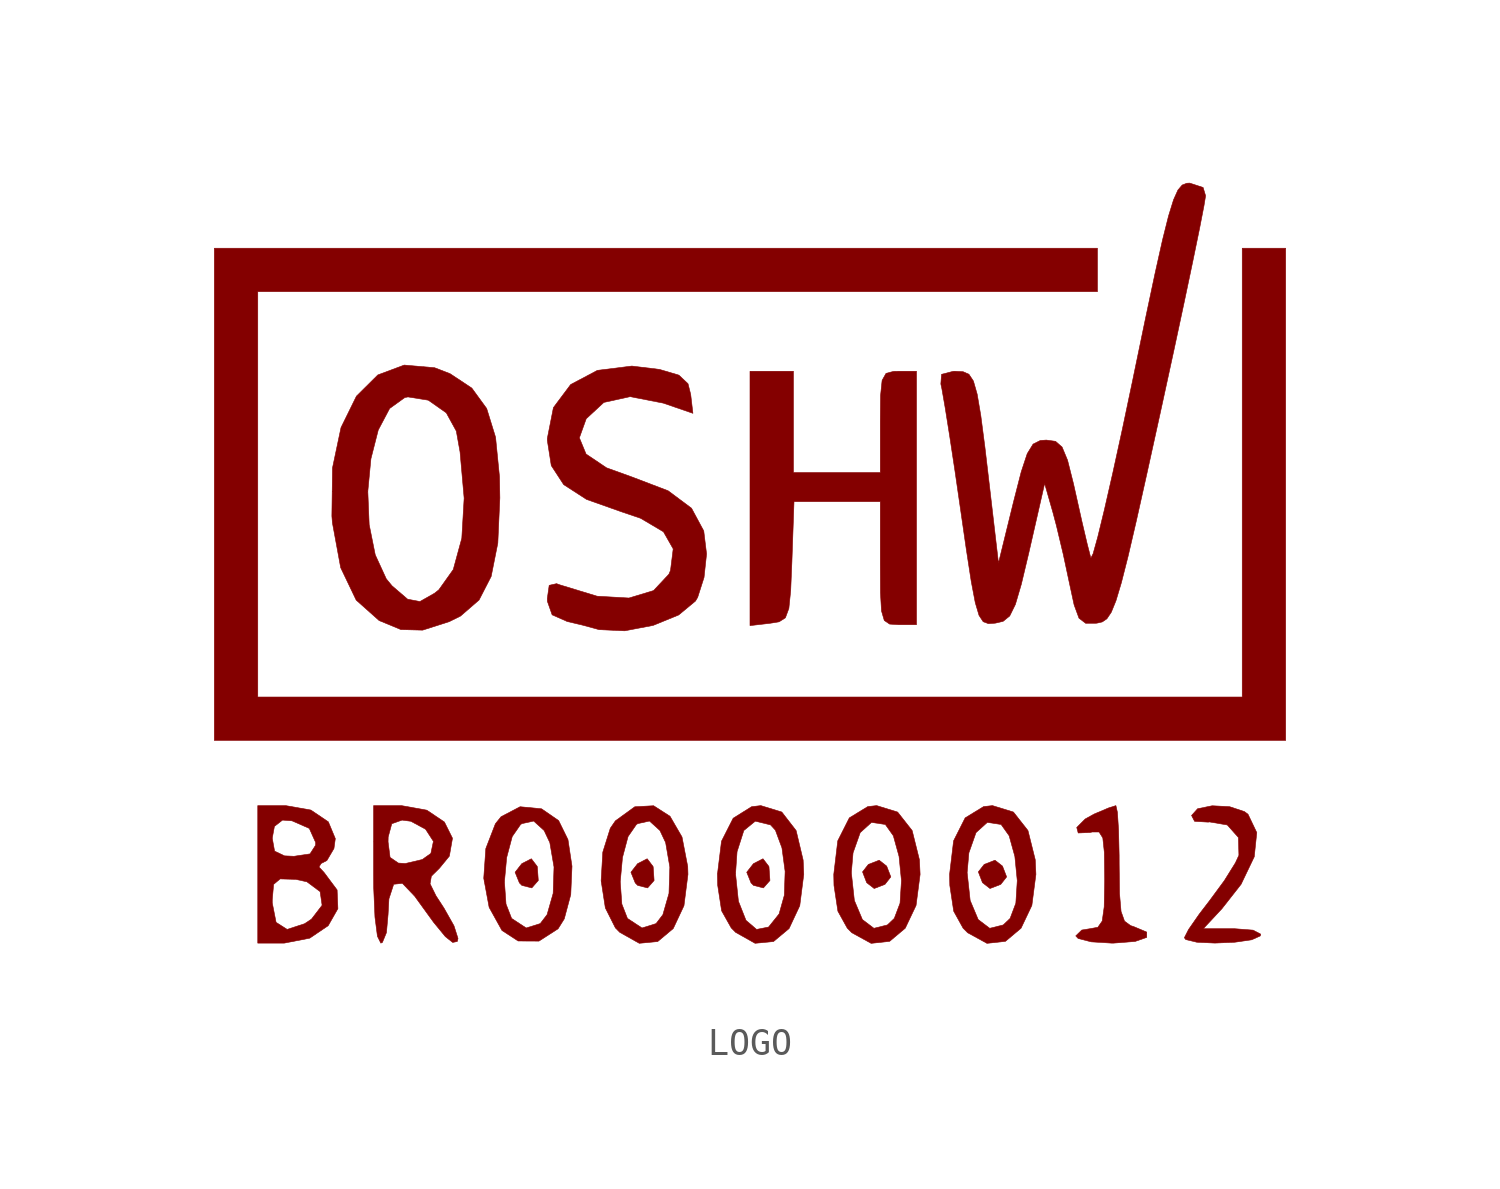
<source format=kicad_sym>
(kicad_symbol_lib
  (version 20220914)
  (generator bitmap2component)
  (symbol "LOGO"
    (pin_names
      (offset 1.016))
    (property "Reference" "#G"
      (at 0 13.416 0)
      (effects (font (size 1.27 1.27)) hide))
    (symbol "LOGO_0_0"
      (polyline (pts (xy -17.391 -14.321) (xy -16.436 -14.136) (xy -15.746 -13.67) (xy -15.384 -13.034) (xy -15.413 -12.336) (xy -15.897 -11.687) (xy -16.09 -11.48) (xy -16.012 -11.349) (xy -15.795 -11.237) (xy -15.531 -10.789) (xy -15.48 -10.419) (xy -15.741 -9.792) (xy -16.392 -9.353) (xy -17.335 -9.187) (xy -18.375 -9.187) (xy -18.375 -10.403) (xy -17.834 -10.403) (xy -17.753 -9.963) (xy -17.451 -9.728) (xy -17.096 -9.755) (xy -16.451 -10.038) (xy -16.213 -10.567) (xy -16.218 -10.668) (xy -16.424 -10.989) (xy -17.023 -11.079) (xy -17.376 -11.063) (xy -17.747 -10.886) (xy -17.834 -10.403) (xy -18.375 -10.403) (xy -18.375 -11.754) (xy -18.375 -12.818) (xy -17.834 -12.818) (xy -17.834 -12.7) (xy -17.783 -12.127) (xy -17.541 -11.923) (xy -16.958 -11.94) (xy -16.541 -12.031) (xy -16.047 -12.399) (xy -15.973 -12.908) (xy -16.37 -13.425) (xy -16.627 -13.596) (xy -17.28 -13.808) (xy -17.691 -13.545) (xy -17.834 -12.818) (xy -18.375 -12.818) (xy -18.375 -14.321) (xy -17.416 -14.321) (xy -17.391 -14.321)) (stroke (width 0.01) (type default)) (fill (type outline)))
      (polyline (pts (xy -13.723 -14.296) (xy -13.571 -13.927) (xy -13.511 -13.256) (xy -13.479 -12.668) (xy -13.301 -12.123) (xy -12.976 -12.089) (xy -12.514 -12.572) (xy -12.475 -12.627) (xy -11.809 -13.546) (xy -11.371 -14.079) (xy -11.098 -14.295) (xy -10.927 -14.259) (xy -10.9 -14.146) (xy -11.051 -13.673) (xy -11.422 -13.016) (xy -11.722 -12.554) (xy -11.943 -12.106) (xy -11.895 -11.822) (xy -11.596 -11.527) (xy -11.223 -11.073) (xy -11.106 -10.405) (xy -11.408 -9.799) (xy -12.064 -9.358) (xy -13.012 -9.187) (xy -14.051 -9.187) (xy -14.051 -10.538) (xy -13.511 -10.538) (xy -13.507 -10.361) (xy -13.373 -9.864) (xy -12.989 -9.728) (xy -12.659 -9.772) (xy -12.11 -10.07) (xy -11.818 -10.521) (xy -11.913 -10.972) (xy -12.234 -11.2) (xy -12.868 -11.349) (xy -13.127 -11.332) (xy -13.436 -11.12) (xy -13.511 -10.538) (xy -14.051 -10.538) (xy -14.051 -11.754) (xy -14.047 -12.266) (xy -14 -13.352) (xy -13.908 -14.065) (xy -13.781 -14.321) (xy -13.723 -14.296)) (stroke (width 0.01) (type default)) (fill (type outline)))
      (polyline (pts (xy -7.165 -13.786) (xy -6.933 -13.414) (xy -6.691 -12.509) (xy -6.645 -11.45) (xy -6.795 -10.456) (xy -7.144 -9.746) (xy -7.782 -9.306) (xy -8.582 -9.229) (xy -9.292 -9.601) (xy -9.504 -9.865) (xy -9.862 -10.791) (xy -9.939 -11.899) (xy -9.915 -12.031) (xy -9.167 -12.031) (xy -9.083 -11.123) (xy -8.876 -10.342) (xy -8.563 -9.891) (xy -8.509 -9.859) (xy -8.076 -9.763) (xy -7.685 -10.117) (xy -7.472 -10.569) (xy -7.316 -11.48) (xy -7.348 -12.463) (xy -7.575 -13.258) (xy -7.83 -13.591) (xy -8.355 -13.755) (xy -8.899 -13.398) (xy -9.108 -12.862) (xy -9.167 -12.031) (xy -9.915 -12.031) (xy -9.738 -12.985) (xy -9.259 -13.848) (xy -8.656 -14.241) (xy -7.878 -14.245) (xy -7.165 -13.786)) (stroke (width 0.01) (type default)) (fill (type outline)))
      (polyline (pts (xy -3.446 -14.262) (xy -2.866 -13.777) (xy -2.465 -12.923) (xy -2.316 -11.754) (xy -2.325 -11.46) (xy -2.538 -10.359) (xy -2.986 -9.585) (xy -3.598 -9.192) (xy -4.301 -9.231) (xy -5.025 -9.756) (xy -5.215 -10.033) (xy -5.495 -10.924) (xy -5.557 -11.989) (xy -5.551 -12.031) (xy -4.844 -12.031) (xy -4.76 -11.123) (xy -4.552 -10.342) (xy -4.24 -9.891) (xy -4.186 -9.859) (xy -3.752 -9.763) (xy -3.362 -10.117) (xy -3.149 -10.569) (xy -2.993 -11.48) (xy -3.024 -12.463) (xy -3.252 -13.258) (xy -3.506 -13.591) (xy -4.032 -13.755) (xy -4.575 -13.398) (xy -4.784 -12.862) (xy -4.844 -12.031) (xy -5.551 -12.031) (xy -5.4 -13.007) (xy -5.025 -13.752) (xy -4.86 -13.919) (xy -4.134 -14.327) (xy -3.446 -14.262)) (stroke (width 0.01) (type default)) (fill (type outline)))
      (polyline (pts (xy 0.877 -14.262) (xy 1.458 -13.777) (xy 1.858 -12.923) (xy 2.007 -11.754) (xy 1.984 -11.222) (xy 1.722 -10.119) (xy 1.187 -9.427) (xy 0.405 -9.187) (xy 0.06 -9.228) (xy -0.628 -9.658) (xy -1.064 -10.517) (xy -1.213 -11.733) (xy -0.54 -11.733) (xy -0.483 -10.907) (xy -0.23 -10.116) (xy 0.197 -9.768) (xy 0.766 -9.906) (xy 0.948 -10.104) (xy 1.193 -10.766) (xy 1.311 -11.644) (xy 1.282 -12.533) (xy 1.086 -13.231) (xy 0.693 -13.721) (xy 0.246 -13.809) (xy -0.15 -13.47) (xy -0.432 -12.758) (xy -0.54 -11.733) (xy -1.213 -11.733) (xy -1.216 -11.754) (xy -1.207 -12.155) (xy -1.06 -13.114) (xy -0.701 -13.752) (xy -0.536 -13.919) (xy 0.189 -14.327) (xy 0.877 -14.262)) (stroke (width 0.01) (type default)) (fill (type outline)))
      (polyline (pts (xy 5.212 -14.254) (xy 5.795 -13.764) (xy 6.199 -12.913) (xy 6.35 -11.754) (xy 6.324 -11.208) (xy 6.053 -10.118) (xy 5.51 -9.428) (xy 4.729 -9.187) (xy 4.396 -9.224) (xy 3.708 -9.645) (xy 3.276 -10.502) (xy 3.135 -11.689) (xy 3.783 -11.689) (xy 3.847 -10.949) (xy 4.114 -10.195) (xy 4.535 -9.814) (xy 5.051 -9.891) (xy 5.351 -10.313) (xy 5.564 -11.084) (xy 5.654 -11.991) (xy 5.601 -12.83) (xy 5.386 -13.398) (xy 5.129 -13.642) (xy 4.626 -13.767) (xy 4.196 -13.442) (xy 3.896 -12.729) (xy 3.783 -11.689) (xy 3.135 -11.689) (xy 3.127 -11.754) (xy 3.135 -12.165) (xy 3.281 -13.129) (xy 3.632 -13.763) (xy 3.801 -13.933) (xy 4.522 -14.329) (xy 5.212 -14.254)) (stroke (width 0.01) (type default)) (fill (type outline)))
      (polyline (pts (xy 9.535 -14.254) (xy 10.118 -13.764) (xy 10.522 -12.913) (xy 10.673 -11.754) (xy 10.648 -11.208) (xy 10.376 -10.118) (xy 9.834 -9.428) (xy 9.052 -9.187) (xy 8.72 -9.224) (xy 8.032 -9.645) (xy 7.6 -10.502) (xy 7.458 -11.689) (xy 8.106 -11.689) (xy 8.171 -10.949) (xy 8.437 -10.195) (xy 8.858 -9.814) (xy 9.374 -9.891) (xy 9.674 -10.313) (xy 9.887 -11.084) (xy 9.977 -11.991) (xy 9.924 -12.83) (xy 9.71 -13.398) (xy 9.453 -13.642) (xy 8.949 -13.767) (xy 8.519 -13.442) (xy 8.219 -12.729) (xy 8.106 -11.689) (xy 7.458 -11.689) (xy 7.45 -11.754) (xy 7.459 -12.165) (xy 7.604 -13.129) (xy 7.955 -13.763) (xy 8.124 -13.933) (xy 8.846 -14.329) (xy 9.535 -14.254)) (stroke (width 0.01) (type default)) (fill (type outline)))
      (polyline (pts (xy 13.56 -14.321) (xy 14.376 -14.258) (xy 14.809 -14.107) (xy 14.809 -13.908) (xy 14.321 -13.703) (xy 14.208 -13.667) (xy 13.981 -13.5) (xy 13.852 -13.14) (xy 13.794 -12.469) (xy 13.781 -11.374) (xy 13.78 -11.047) (xy 13.758 -10.098) (xy 13.715 -9.436) (xy 13.659 -9.187) (xy 13.39 -9.272) (xy 12.848 -9.501) (xy 12.512 -9.687) (xy 12.197 -10.003) (xy 12.252 -10.209) (xy 12.7 -10.19) (xy 12.777 -10.171) (xy 13.031 -10.173) (xy 13.17 -10.393) (xy 13.228 -10.937) (xy 13.24 -11.915) (xy 13.24 -12.024) (xy 13.222 -12.967) (xy 13.148 -13.497) (xy 12.986 -13.729) (xy 12.7 -13.781) (xy 12.386 -13.832) (xy 12.16 -14.051) (xy 12.251 -14.148) (xy 12.74 -14.273) (xy 13.511 -14.321) (xy 13.56 -14.321)) (stroke (width 0.01) (type default)) (fill (type outline)))
      (polyline (pts (xy 18.099 -14.287) (xy 18.728 -14.196) (xy 19.05 -14.051) (xy 19.064 -13.985) (xy 18.78 -13.836) (xy 18.07 -13.781) (xy 16.922 -13.781) (xy 17.615 -13.038) (xy 18.332 -12.124) (xy 18.824 -11.096) (xy 18.918 -10.195) (xy 18.591 -9.511) (xy 18.457 -9.41) (xy 17.904 -9.227) (xy 17.253 -9.193) (xy 16.71 -9.303) (xy 16.483 -9.555) (xy 16.596 -9.774) (xy 17.107 -9.804) (xy 17.15 -9.796) (xy 17.817 -9.91) (xy 18.232 -10.377) (xy 18.251 -11.041) (xy 18.121 -11.323) (xy 17.707 -11.987) (xy 17.151 -12.742) (xy 16.774 -13.233) (xy 16.372 -13.811) (xy 16.215 -14.119) (xy 16.266 -14.187) (xy 16.679 -14.287) (xy 17.354 -14.319) (xy 18.099 -14.287)) (stroke (width 0.01) (type default)) (fill (type outline)))
      (polyline (pts (xy 19.996 2.432) (xy 19.996 11.619) (xy 19.185 11.619) (xy 18.375 11.619) (xy 18.375 3.243) (xy 18.375 -5.134) (xy 0 -5.134) (xy -18.375 -5.134) (xy -18.375 2.432) (xy -18.375 9.998) (xy -2.702 9.998) (xy 12.97 9.998) (xy 12.97 10.809) (xy 12.97 11.619) (xy -3.513 11.619) (xy -19.996 11.619) (xy -19.996 2.432) (xy -19.996 -6.755) (xy 0 -6.755) (xy 19.996 -6.755) (xy 19.996 2.432)) (stroke (width 0.01) (type default)) (fill (type outline)))
      (polyline (pts (xy -11.223 -2.318) (xy -10.807 -2.112) (xy -10.115 -1.513) (xy -9.662 -0.632) (xy -9.414 0.611) (xy -9.338 2.297) (xy -9.352 3.092) (xy -9.498 4.564) (xy -9.83 5.637) (xy -10.385 6.399) (xy -11.196 6.936) (xy -11.774 7.159) (xy -12.908 7.258) (xy -13.893 6.89) (xy -14.691 6.098) (xy -15.267 4.926) (xy -15.585 3.419) (xy -15.596 2.54) (xy -14.267 2.54) (xy -14.151 3.759) (xy -13.877 4.834) (xy -13.452 5.638) (xy -12.887 6.045) (xy -12.767 6.069) (xy -12.01 5.947) (xy -11.337 5.474) (xy -10.963 4.793) (xy -10.824 4.016) (xy -10.671 2.287) (xy -10.758 0.794) (xy -11.077 -0.375) (xy -11.617 -1.133) (xy -11.779 -1.261) (xy -12.321 -1.569) (xy -12.781 -1.482) (xy -13.364 -0.982) (xy -13.578 -0.722) (xy -13.989 0.173) (xy -14.216 1.302) (xy -14.267 2.54) (xy -15.596 2.54) (xy -15.608 1.619) (xy -15.588 1.368) (xy -15.28 -0.305) (xy -14.7 -1.517) (xy -13.845 -2.279) (xy -13.034 -2.615) (xy -12.22 -2.637) (xy -11.223 -2.318)) (stroke (width 0.01) (type default)) (fill (type outline)))
      (polyline (pts (xy -3.615 -2.46) (xy -2.663 -2.071) (xy -2.035 -1.551) (xy -1.953 -1.411) (xy -1.716 -0.671) (xy -1.621 0.207) (xy -1.726 1.066) (xy -2.183 1.914) (xy -3.057 2.566) (xy -4.408 3.081) (xy -5.354 3.422) (xy -6.12 3.937) (xy -6.37 4.542) (xy -6.114 5.254) (xy -5.455 5.864) (xy -4.477 6.079) (xy -3.238 5.838) (xy -2.131 5.457) (xy -2.214 6.163) (xy -2.314 6.561) (xy -2.654 6.882) (xy -3.378 7.096) (xy -4.41 7.221) (xy -5.698 7.06) (xy -6.695 6.531) (xy -7.338 5.671) (xy -7.566 4.519) (xy -7.566 4.447) (xy -7.418 3.505) (xy -6.955 2.795) (xy -6.102 2.243) (xy -4.783 1.776) (xy -4.084 1.539) (xy -3.23 1.034) (xy -2.867 0.397) (xy -2.967 -0.405) (xy -3.027 -0.548) (xy -3.6 -1.16) (xy -4.518 -1.438) (xy -5.708 -1.37) (xy -7.093 -0.948) (xy -7.221 -0.902) (xy -7.496 -0.964) (xy -7.566 -1.452) (xy -7.564 -1.56) (xy -7.386 -2.066) (xy -6.823 -2.315) (xy -6.258 -2.448) (xy -5.81 -2.569) (xy -5.634 -2.618) (xy -4.676 -2.662) (xy -3.615 -2.46)) (stroke (width 0.01) (type default)) (fill (type outline)))
      (polyline (pts (xy 0.743 -2.382) (xy 1.087 -2.326) (xy 1.321 -2.177) (xy 1.451 -1.826) (xy 1.519 -1.161) (xy 1.565 -0.068) (xy 1.643 2.162) (xy 3.253 2.162) (xy 4.864 2.162) (xy 4.864 -0.135) (xy 4.87 -1.238) (xy 4.909 -1.921) (xy 5.013 -2.276) (xy 5.212 -2.411) (xy 5.539 -2.432) (xy 6.215 -2.432) (xy 6.215 2.297) (xy 6.215 7.026) (xy 5.539 7.026) (xy 5.359 7.022) (xy 5.079 6.949) (xy 4.932 6.688) (xy 4.874 6.122) (xy 4.864 5.134) (xy 4.864 3.243) (xy 3.243 3.243) (xy 1.621 3.243) (xy 1.621 5.134) (xy 1.621 7.026) (xy 0.811 7.026) (xy 0 7.026) (xy 0 2.279) (xy 0 -2.468) (xy 0.743 -2.382)) (stroke (width 0.01) (type default)) (fill (type outline)))
      (polyline (pts (xy 9.152 -2.377) (xy 9.447 -2.309) (xy 9.695 -2.108) (xy 9.907 -1.677) (xy 10.13 -0.918) (xy 10.413 0.27) (xy 10.999 2.837) (xy 11.308 1.756) (xy 11.439 1.263) (xy 11.693 0.198) (xy 11.926 -0.892) (xy 12.099 -1.694) (xy 12.282 -2.192) (xy 12.53 -2.381) (xy 12.923 -2.379) (xy 12.955 -2.375) (xy 13.151 -2.33) (xy 13.322 -2.213) (xy 13.487 -1.968) (xy 13.662 -1.537) (xy 13.864 -0.863) (xy 14.112 0.112) (xy 14.422 1.443) (xy 14.812 3.188) (xy 15.3 5.404) (xy 15.404 5.88) (xy 15.829 7.833) (xy 16.21 9.612) (xy 16.533 11.147) (xy 16.784 12.367) (xy 16.946 13.201) (xy 17.007 13.578) (xy 16.914 13.888) (xy 16.414 14.051) (xy 16.306 14.045) (xy 16.134 13.979) (xy 15.975 13.793) (xy 15.811 13.428) (xy 15.625 12.827) (xy 15.4 11.93) (xy 15.12 10.678) (xy 14.767 9.014) (xy 14.324 6.879) (xy 14.293 6.728) (xy 13.903 4.876) (xy 13.544 3.235) (xy 13.232 1.869) (xy 12.982 0.841) (xy 12.808 0.216) (xy 12.725 0.056) (xy 12.714 0.091) (xy 12.588 0.579) (xy 12.392 1.413) (xy 12.164 2.432) (xy 12.075 2.831) (xy 11.854 3.707) (xy 11.65 4.197) (xy 11.406 4.411) (xy 11.061 4.458) (xy 10.836 4.442) (xy 10.568 4.308) (xy 10.349 3.951) (xy 10.124 3.27) (xy 9.84 2.162) (xy 9.276 -0.135) (xy 8.945 2.702) (xy 8.771 4.181) (xy 8.616 5.372) (xy 8.48 6.173) (xy 8.34 6.662) (xy 8.172 6.915) (xy 7.953 7.011) (xy 7.661 7.026) (xy 7.588 7.025) (xy 7.151 6.913) (xy 7.124 6.553) (xy 7.164 6.366) (xy 7.283 5.681) (xy 7.451 4.625) (xy 7.652 3.3) (xy 7.868 1.811) (xy 8.077 0.361) (xy 8.259 -0.821) (xy 8.409 -1.611) (xy 8.55 -2.087) (xy 8.705 -2.322) (xy 8.898 -2.394) (xy 9.152 -2.377)) (stroke (width 0.01) (type default)) (fill (type outline)))
      (polyline (pts (xy -7.903 -11.983) (xy -7.939 -11.472) (xy -7.945 -11.455) (xy -8.162 -11.171) (xy -8.518 -11.354) (xy -8.769 -11.675) (xy -8.608 -12.072) (xy -8.515 -12.166) (xy -8.145 -12.259) (xy -7.903 -11.983)) (stroke (width 0.01) (type default)) (fill (type outline)))
      (polyline (pts (xy -3.58 -11.983) (xy -3.615 -11.472) (xy -3.622 -11.455) (xy -3.838 -11.171) (xy -4.195 -11.354) (xy -4.445 -11.675) (xy -4.284 -12.072) (xy -4.192 -12.166) (xy -3.822 -12.259) (xy -3.58 -11.983)) (stroke (width 0.01) (type default)) (fill (type outline)))
      (polyline (pts (xy 0.744 -11.983) (xy 0.708 -11.472) (xy 0.702 -11.455) (xy 0.485 -11.171) (xy 0.129 -11.354) (xy -0.122 -11.675) (xy 0.039 -12.072) (xy 0.132 -12.166) (xy 0.501 -12.259) (xy 0.744 -11.983)) (stroke (width 0.01) (type default)) (fill (type outline)))
      (polyline (pts (xy 5.038 -12.127) (xy 5.257 -11.848) (xy 5.101 -11.445) (xy 4.822 -11.226) (xy 4.419 -11.382) (xy 4.201 -11.661) (xy 4.356 -12.064) (xy 4.636 -12.282) (xy 5.038 -12.127)) (stroke (width 0.01) (type default)) (fill (type outline)))
      (polyline (pts (xy 9.361 -12.127) (xy 9.58 -11.848) (xy 9.425 -11.445) (xy 9.145 -11.226) (xy 8.743 -11.382) (xy 8.524 -11.661) (xy 8.679 -12.064) (xy 8.959 -12.282) (xy 9.361 -12.127)) (stroke (width 0.01) (type default)) (fill (type outline))))))
</source>
